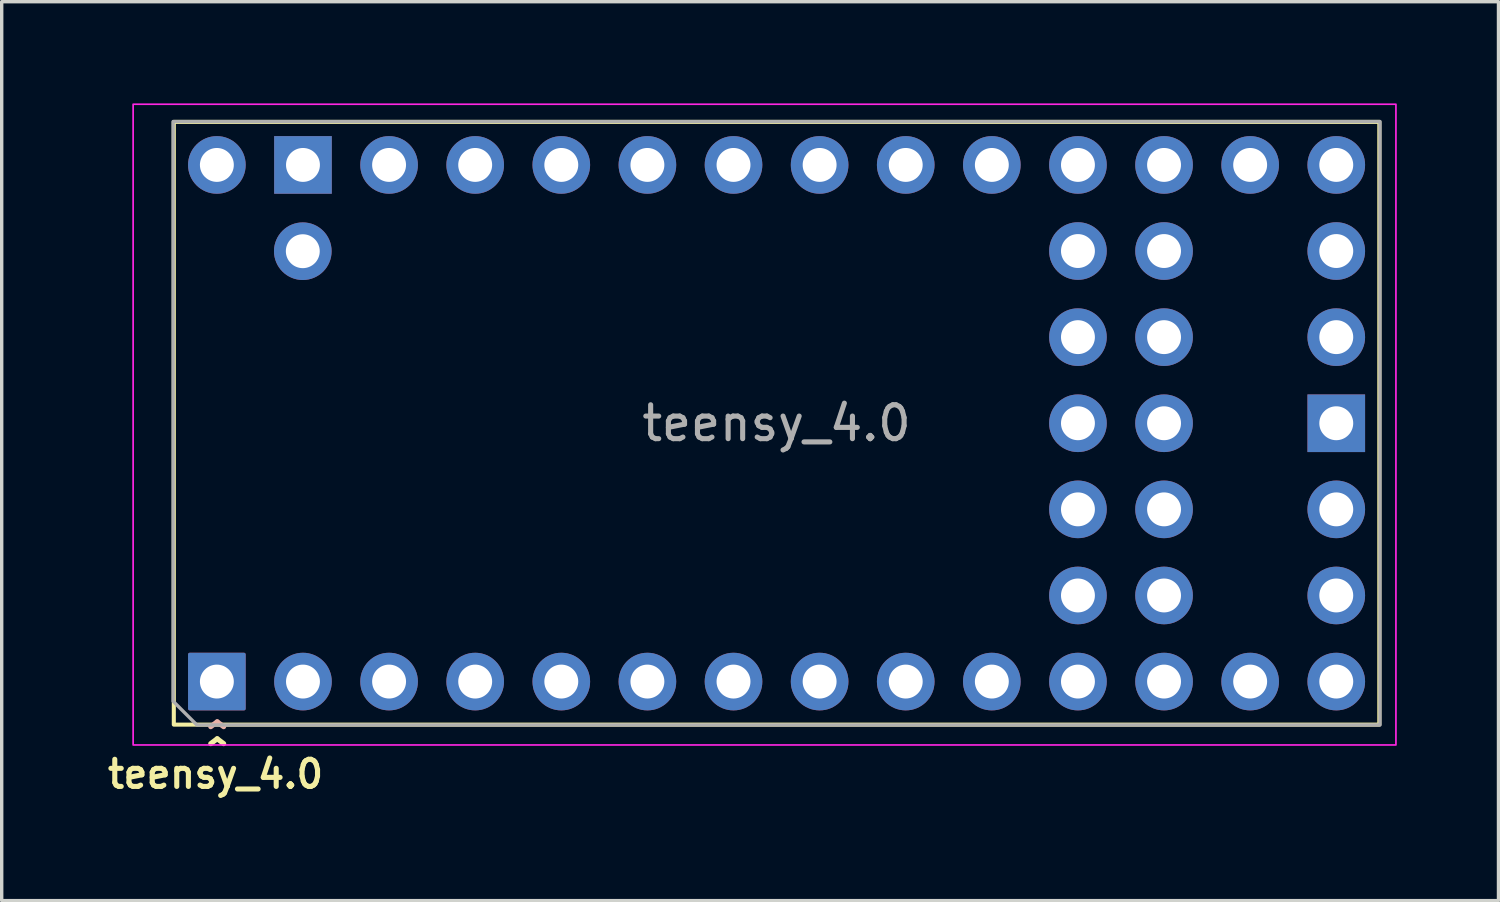
<source format=kicad_pcb>
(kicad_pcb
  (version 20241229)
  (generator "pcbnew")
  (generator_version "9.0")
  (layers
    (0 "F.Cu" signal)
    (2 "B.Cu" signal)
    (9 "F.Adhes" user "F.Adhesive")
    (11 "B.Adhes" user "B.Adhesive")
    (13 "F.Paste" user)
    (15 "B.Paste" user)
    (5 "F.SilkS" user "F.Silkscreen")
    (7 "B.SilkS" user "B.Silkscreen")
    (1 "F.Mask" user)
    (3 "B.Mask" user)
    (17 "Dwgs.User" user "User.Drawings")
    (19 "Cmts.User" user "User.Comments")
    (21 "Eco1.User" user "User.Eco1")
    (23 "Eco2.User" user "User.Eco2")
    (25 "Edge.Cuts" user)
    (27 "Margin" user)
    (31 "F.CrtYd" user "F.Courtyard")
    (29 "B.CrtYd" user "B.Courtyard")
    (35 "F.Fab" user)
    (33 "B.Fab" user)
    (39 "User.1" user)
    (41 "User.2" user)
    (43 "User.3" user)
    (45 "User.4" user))
  (footprint "teensy_4.0"
    (layer "F.Cu")
    (at 19.857 9.435)
    (property "Reference" "teensy_4.0" (at -16.55 10.35 0) (layer "F.SilkS") (effects (font (size 0.8 0.8) (thickness 0.15))))
    (attr through_hole)
    (fp_rect (start -17.78 8.89) (end 17.78 -8.89) (stroke (width 0.12) (type solid)) (fill no) (layer "F.SilkS"))
    (fp_rect (start -18.98 -9.41) (end 18.27 9.49) (stroke (width 0.05) (type solid)) (fill no) (layer "F.CrtYd"))
    (fp_poly (pts (xy -17.8 8.2) (xy -17.1 8.9) (xy 17.8 8.9) (xy 17.8 -8.9) (xy -17.8 -8.9)) (stroke (width 0.1) (type solid)) (fill no) (layer "F.Fab"))
    (fp_text user "^" (at -16.5 9.9 0) (unlocked yes) (layer "F.SilkS") (effects (font (size 1 1) (thickness 0.15))))
    (fp_text user "^" (at -16.5 9.4 0) (unlocked yes) (layer "B.SilkS") (effects (font (size 1 1) (thickness 0.15)) (justify mirror)))
    (fp_text user "${REFERENCE}" (at 0 0 0) (layer "F.Fab") (effects (font (size 1 1) (thickness 0.15))))
    (pad "1" thru_hole roundrect (at -16.51 7.62) (size 1.7 1.7) (drill 1) (layers "*.Cu" "*.Mask") (remove_unused_layers yes) (keep_end_layers yes) (zone_layer_connections) (roundrect_rratio 0.029))
    (pad "2" thru_hole circle (at -13.97 7.62) (size 1.7 1.7) (drill 1) (layers "*.Cu" "*.Mask") (remove_unused_layers yes) (keep_end_layers yes) (zone_layer_connections))
    (pad "3" thru_hole circle (at -11.43 7.62) (size 1.7 1.7) (drill 1) (layers "*.Cu" "*.Mask") (remove_unused_layers yes) (keep_end_layers yes) (zone_layer_connections))
    (pad "4" thru_hole circle (at -8.89 7.62) (size 1.7 1.7) (drill 1) (layers "*.Cu" "*.Mask") (remove_unused_layers yes) (keep_end_layers yes) (zone_layer_connections))
    (pad "5" thru_hole circle (at -6.35 7.62) (size 1.7 1.7) (drill 1) (layers "*.Cu" "*.Mask") (remove_unused_layers yes) (keep_end_layers yes) (zone_layer_connections))
    (pad "6" thru_hole circle (at -3.81 7.62) (size 1.7 1.7) (drill 1) (layers "*.Cu" "*.Mask") (remove_unused_layers yes) (keep_end_layers yes) (zone_layer_connections))
    (pad "7" thru_hole circle (at -1.27 7.62) (size 1.7 1.7) (drill 1) (layers "*.Cu" "*.Mask") (remove_unused_layers yes) (keep_end_layers yes) (zone_layer_connections))
    (pad "8" thru_hole circle (at 1.27 7.62) (size 1.7 1.7) (drill 1) (layers "*.Cu" "*.Mask") (remove_unused_layers yes) (keep_end_layers yes) (zone_layer_connections))
    (pad "9" thru_hole circle (at 3.81 7.62) (size 1.7 1.7) (drill 1) (layers "*.Cu" "*.Mask") (remove_unused_layers yes) (keep_end_layers yes) (zone_layer_connections))
    (pad "10" thru_hole circle (at 6.35 7.62) (size 1.7 1.7) (drill 1) (layers "*.Cu" "*.Mask") (remove_unused_layers yes) (keep_end_layers yes) (zone_layer_connections))
    (pad "11" thru_hole circle (at 8.89 7.62) (size 1.7 1.7) (drill 1) (layers "*.Cu" "*.Mask") (remove_unused_layers yes) (keep_end_layers yes) (zone_layer_connections))
    (pad "12" thru_hole circle (at 11.43 7.62) (size 1.7 1.7) (drill 1) (layers "*.Cu" "*.Mask") (remove_unused_layers yes) (keep_end_layers yes) (zone_layer_connections))
    (pad "13" thru_hole circle (at 13.97 7.62) (size 1.7 1.7) (drill 1) (layers "*.Cu" "*.Mask") (remove_unused_layers yes) (keep_end_layers yes) (zone_layer_connections))
    (pad "14" thru_hole circle (at 16.51 7.62) (size 1.7 1.7) (drill 1) (layers "*.Cu" "*.Mask") (remove_unused_layers yes) (keep_end_layers yes) (zone_layer_connections))
    (pad "15" thru_hole circle (at 16.51 5.08) (size 1.7 1.7) (drill 1) (layers "*.Cu" "*.Mask") (remove_unused_layers yes) (keep_end_layers yes) (zone_layer_connections))
    (pad "16" thru_hole circle (at 16.51 2.54) (size 1.7 1.7) (drill 1) (layers "*.Cu" "*.Mask") (remove_unused_layers yes) (keep_end_layers yes) (zone_layer_connections))
    (pad "17" thru_hole rect (at 16.51 0) (size 1.7 1.7) (drill 1) (layers "*.Cu" "*.Mask") (remove_unused_layers yes) (keep_end_layers yes) (zone_layer_connections))
    (pad "18" thru_hole circle (at 16.51 -2.54) (size 1.7 1.7) (drill 1) (layers "*.Cu" "*.Mask") (remove_unused_layers yes) (keep_end_layers yes) (zone_layer_connections))
    (pad "19" thru_hole circle (at 16.51 -5.08) (size 1.7 1.7) (drill 1) (layers "*.Cu" "*.Mask") (remove_unused_layers yes) (keep_end_layers yes) (zone_layer_connections))
    (pad "20" thru_hole circle (at 16.51 -7.62) (size 1.7 1.7) (drill 1) (layers "*.Cu" "*.Mask") (remove_unused_layers yes) (keep_end_layers yes) (zone_layer_connections))
    (pad "21" thru_hole circle (at 13.97 -7.62) (size 1.7 1.7) (drill 1) (layers "*.Cu" "*.Mask") (remove_unused_layers yes) (keep_end_layers yes) (zone_layer_connections))
    (pad "22" thru_hole circle (at 11.43 -7.62) (size 1.7 1.7) (drill 1) (layers "*.Cu" "*.Mask") (remove_unused_layers yes) (keep_end_layers yes) (zone_layer_connections))
    (pad "23" thru_hole circle (at 8.89 -7.62) (size 1.7 1.7) (drill 1) (layers "*.Cu" "*.Mask") (remove_unused_layers yes) (keep_end_layers yes) (zone_layer_connections))
    (pad "24" thru_hole circle (at 6.35 -7.62) (size 1.7 1.7) (drill 1) (layers "*.Cu" "*.Mask") (remove_unused_layers yes) (keep_end_layers yes) (zone_layer_connections))
    (pad "25" thru_hole circle (at 3.81 -7.62) (size 1.7 1.7) (drill 1) (layers "*.Cu" "*.Mask") (remove_unused_layers yes) (keep_end_layers yes) (zone_layer_connections))
    (pad "26" thru_hole circle (at 1.27 -7.62) (size 1.7 1.7) (drill 1) (layers "*.Cu" "*.Mask") (remove_unused_layers yes) (keep_end_layers yes) (zone_layer_connections))
    (pad "27" thru_hole circle (at -1.27 -7.62) (size 1.7 1.7) (drill 1) (layers "*.Cu" "*.Mask") (remove_unused_layers yes) (keep_end_layers yes) (zone_layer_connections))
    (pad "28" thru_hole circle (at -3.81 -7.62) (size 1.7 1.7) (drill 1) (layers "*.Cu" "*.Mask") (remove_unused_layers yes) (keep_end_layers yes) (zone_layer_connections))
    (pad "29" thru_hole circle (at -6.35 -7.62) (size 1.7 1.7) (drill 1) (layers "*.Cu" "*.Mask") (remove_unused_layers yes) (keep_end_layers yes) (zone_layer_connections))
    (pad "30" thru_hole circle (at -8.89 -7.62) (size 1.7 1.7) (drill 1) (layers "*.Cu" "*.Mask") (remove_unused_layers yes) (keep_end_layers yes) (zone_layer_connections))
    (pad "31" thru_hole circle (at -11.43 -7.62) (size 1.7 1.7) (drill 1) (layers "*.Cu" "*.Mask") (remove_unused_layers yes) (keep_end_layers yes) (zone_layer_connections))
    (pad "32" thru_hole rect (at -13.97 -7.62) (size 1.7 1.7) (drill 1) (layers "*.Cu" "*.Mask") (remove_unused_layers yes) (keep_end_layers yes) (zone_layer_connections))
    (pad "33" thru_hole circle (at -16.51 -7.62) (size 1.7 1.7) (drill 1) (layers "*.Cu" "*.Mask") (remove_unused_layers yes) (keep_end_layers yes) (zone_layer_connections))
    (pad "34" thru_hole circle (at 11.43 -5.08) (size 1.7 1.7) (drill 1) (layers "*.Cu" "*.Mask") (remove_unused_layers yes) (keep_end_layers yes) (zone_layer_connections))
    (pad "35" thru_hole circle (at 8.89 -5.08) (size 1.7 1.7) (drill 1) (layers "*.Cu" "*.Mask") (remove_unused_layers yes) (keep_end_layers yes) (zone_layer_connections))
    (pad "36" thru_hole circle (at 11.43 -2.54) (size 1.7 1.7) (drill 1) (layers "*.Cu" "*.Mask") (remove_unused_layers yes) (keep_end_layers yes) (zone_layer_connections))
    (pad "37" thru_hole circle (at 8.89 -2.54) (size 1.7 1.7) (drill 1) (layers "*.Cu" "*.Mask") (remove_unused_layers yes) (keep_end_layers yes) (zone_layer_connections))
    (pad "38" thru_hole circle (at 11.43 0) (size 1.7 1.7) (drill 1) (layers "*.Cu" "*.Mask") (remove_unused_layers yes) (keep_end_layers yes) (zone_layer_connections))
    (pad "39" thru_hole circle (at 8.89 0) (size 1.7 1.7) (drill 1) (layers "*.Cu" "*.Mask") (remove_unused_layers yes) (keep_end_layers yes) (zone_layer_connections))
    (pad "40" thru_hole circle (at 11.43 2.54) (size 1.7 1.7) (drill 1) (layers "*.Cu" "*.Mask") (remove_unused_layers yes) (keep_end_layers yes) (zone_layer_connections))
    (pad "41" thru_hole circle (at 8.89 2.54) (size 1.7 1.7) (drill 1) (layers "*.Cu" "*.Mask") (remove_unused_layers yes) (keep_end_layers yes) (zone_layer_connections))
    (pad "42" thru_hole circle (at 11.43 5.08) (size 1.7 1.7) (drill 1) (layers "*.Cu" "*.Mask") (remove_unused_layers yes) (keep_end_layers yes) (zone_layer_connections))
    (pad "43" thru_hole circle (at 8.89 5.08) (size 1.7 1.7) (drill 1) (layers "*.Cu" "*.Mask") (remove_unused_layers yes) (keep_end_layers yes) (zone_layer_connections))
    (pad "52" thru_hole circle (at -13.975 -5.075) (size 1.7 1.7) (drill 1) (layers "*.Cu" "*.Mask") (remove_unused_layers yes) (keep_end_layers yes) (zone_layer_connections)))
  (gr_rect
    (start -3 -3)
    (end 41.152 23.516)
    (stroke (width 0.1) (type default))
    (fill no)
    (layer "Edge.Cuts")))
</source>
